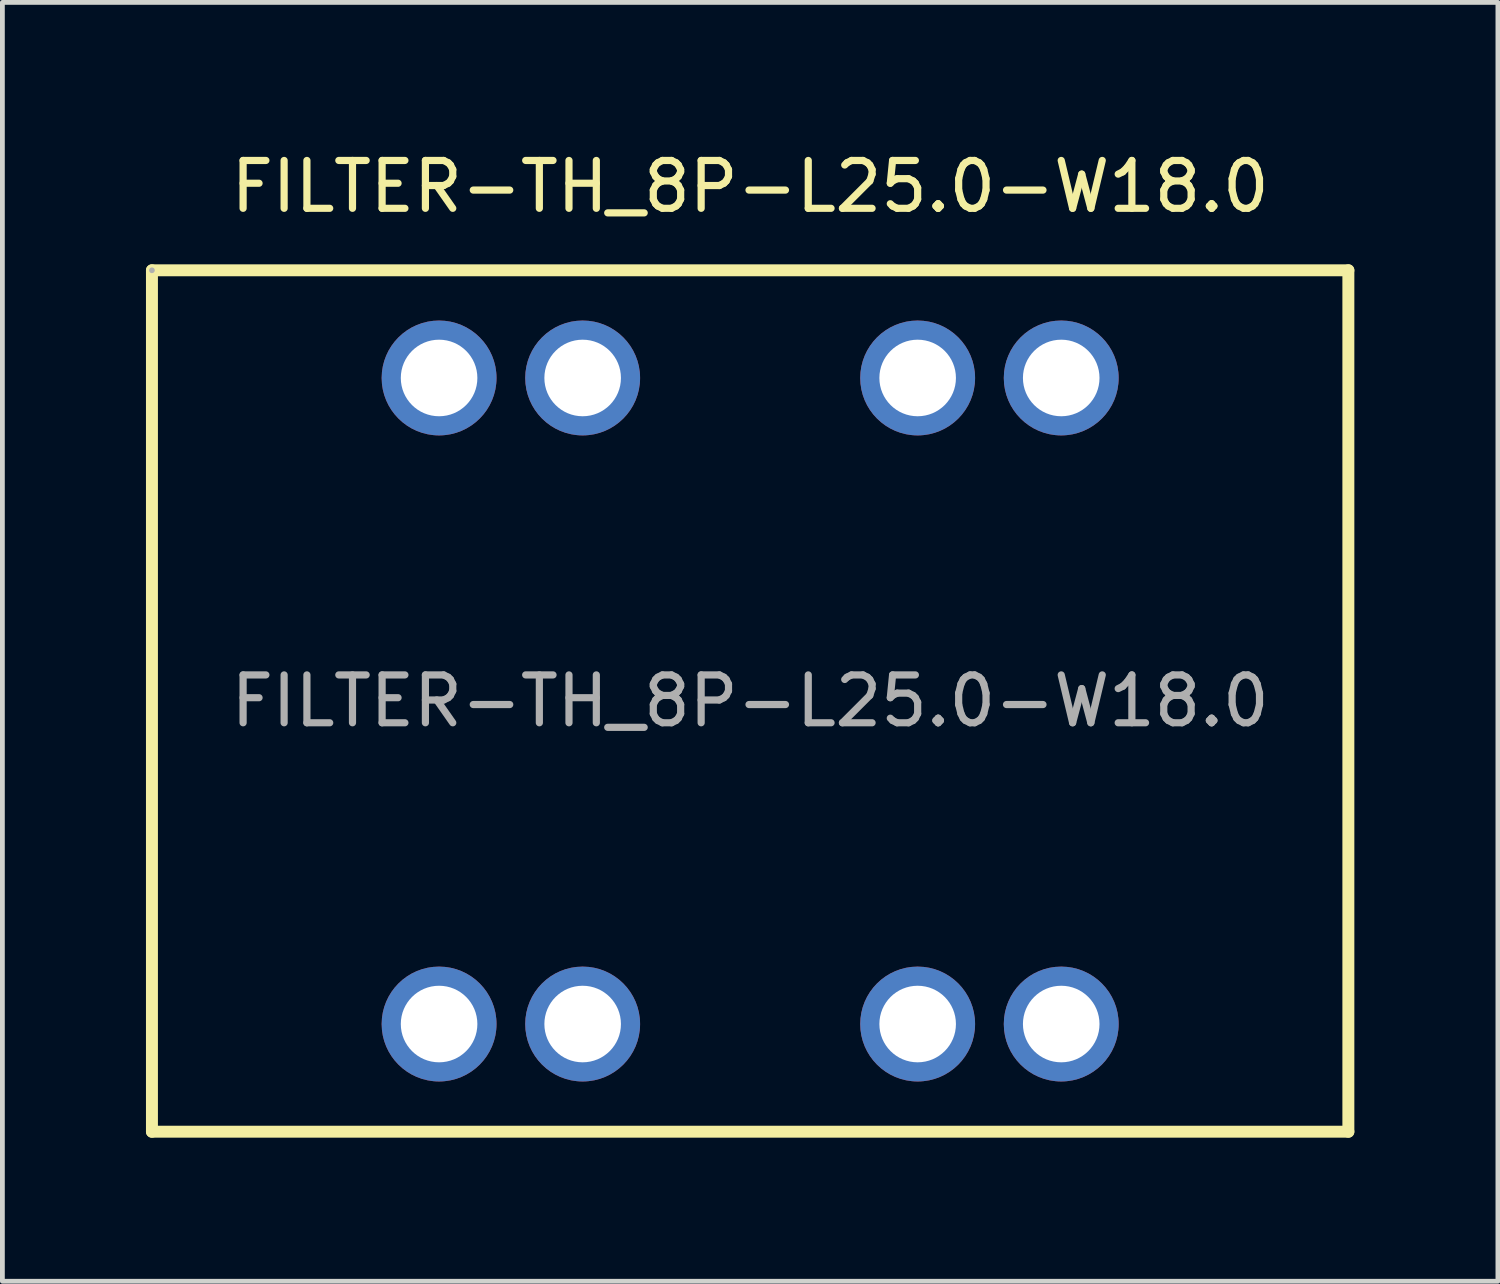
<source format=kicad_pcb>
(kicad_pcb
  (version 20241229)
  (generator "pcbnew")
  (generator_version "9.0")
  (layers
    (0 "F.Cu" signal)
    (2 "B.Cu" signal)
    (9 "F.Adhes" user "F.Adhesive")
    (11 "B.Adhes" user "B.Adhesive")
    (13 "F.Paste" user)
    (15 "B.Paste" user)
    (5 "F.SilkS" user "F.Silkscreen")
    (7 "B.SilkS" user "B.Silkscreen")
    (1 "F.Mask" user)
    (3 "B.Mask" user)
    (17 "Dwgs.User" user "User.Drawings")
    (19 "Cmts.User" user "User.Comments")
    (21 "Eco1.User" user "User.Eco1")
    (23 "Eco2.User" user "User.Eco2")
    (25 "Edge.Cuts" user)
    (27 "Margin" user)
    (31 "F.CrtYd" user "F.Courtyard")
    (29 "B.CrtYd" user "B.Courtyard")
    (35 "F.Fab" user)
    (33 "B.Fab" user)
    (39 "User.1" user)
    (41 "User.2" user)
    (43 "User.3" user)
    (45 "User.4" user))
  (footprint "FILTER-TH_8P-L25.0-W18.0"
    (layer "F.Cu")
    (at 12.625 11.598)
    (property "Reference" "FILTER-TH_8P-L25.0-W18.0" (at 0 -10.75 0) (layer "F.SilkS") (effects (font (size 1 1) (thickness 0.15))))
    (attr through_hole)
    (fp_line (start -12.5 -9) (end -12.5 9) (stroke (width 0.25) (type solid)) (layer "F.SilkS"))
    (fp_line (start -12.5 9) (end 12.5 9) (stroke (width 0.25) (type solid)) (layer "F.SilkS"))
    (fp_line (start 12.5 -9) (end -12.5 -9) (stroke (width 0.25) (type solid)) (layer "F.SilkS"))
    (fp_line (start 12.5 9) (end 12.5 -9) (stroke (width 0.25) (type solid)) (layer "F.SilkS"))
    (fp_circle (center -12.5 -9) (end -12.47 -9) (stroke (width 0.06) (type solid)) (fill no) (layer "F.Fab"))
    (fp_circle (center -6.5 -6.75) (end -6.2 -6.75) (stroke (width 0.6) (type solid)) (fill no) (layer "F.Fab"))
    (fp_circle (center -6.5 6.75) (end -6.2 6.75) (stroke (width 0.6) (type solid)) (fill no) (layer "F.Fab"))
    (fp_circle (center -3.5 -6.75) (end -3.2 -6.75) (stroke (width 0.6) (type solid)) (fill no) (layer "F.Fab"))
    (fp_circle (center -3.5 6.75) (end -3.2 6.75) (stroke (width 0.6) (type solid)) (fill no) (layer "F.Fab"))
    (fp_circle (center 3.5 -6.75) (end 3.8 -6.75) (stroke (width 0.6) (type solid)) (fill no) (layer "F.Fab"))
    (fp_circle (center 3.5 6.75) (end 3.8 6.75) (stroke (width 0.6) (type solid)) (fill no) (layer "F.Fab"))
    (fp_circle (center 6.5 -6.75) (end 6.8 -6.75) (stroke (width 0.6) (type solid)) (fill no) (layer "F.Fab"))
    (fp_circle (center 6.5 6.75) (end 6.8 6.75) (stroke (width 0.6) (type solid)) (fill no) (layer "F.Fab"))
    (fp_text user "${REFERENCE}" (at 0 0 0) (layer "F.Fab") (effects (font (size 1 1) (thickness 0.15))))
    (pad "1" thru_hole circle (at -6.5 -6.75) (size 2.4 2.4) (drill 1.6) (layers "*.Cu" "*.Mask"))
    (pad "2" thru_hole circle (at -3.5 -6.75) (size 2.4 2.4) (drill 1.6) (layers "*.Cu" "*.Mask"))
    (pad "3" thru_hole circle (at -6.5 6.75) (size 2.4 2.4) (drill 1.6) (layers "*.Cu" "*.Mask"))
    (pad "4" thru_hole circle (at -3.5 6.75) (size 2.4 2.4) (drill 1.6) (layers "*.Cu" "*.Mask"))
    (pad "5" thru_hole circle (at 3.5 6.75) (size 2.4 2.4) (drill 1.6) (layers "*.Cu" "*.Mask"))
    (pad "6" thru_hole circle (at 6.5 6.75) (size 2.4 2.4) (drill 1.6) (layers "*.Cu" "*.Mask"))
    (pad "7" thru_hole circle (at 3.5 -6.75) (size 2.4 2.4) (drill 1.6) (layers "*.Cu" "*.Mask"))
    (pad "8" thru_hole circle (at 6.5 -6.75) (size 2.4 2.4) (drill 1.6) (layers "*.Cu" "*.Mask")))
  (gr_rect
    (start -3 -3)
    (end 28.25 23.723)
    (stroke (width 0.1) (type default))
    (fill no)
    (layer "Edge.Cuts")))
</source>
